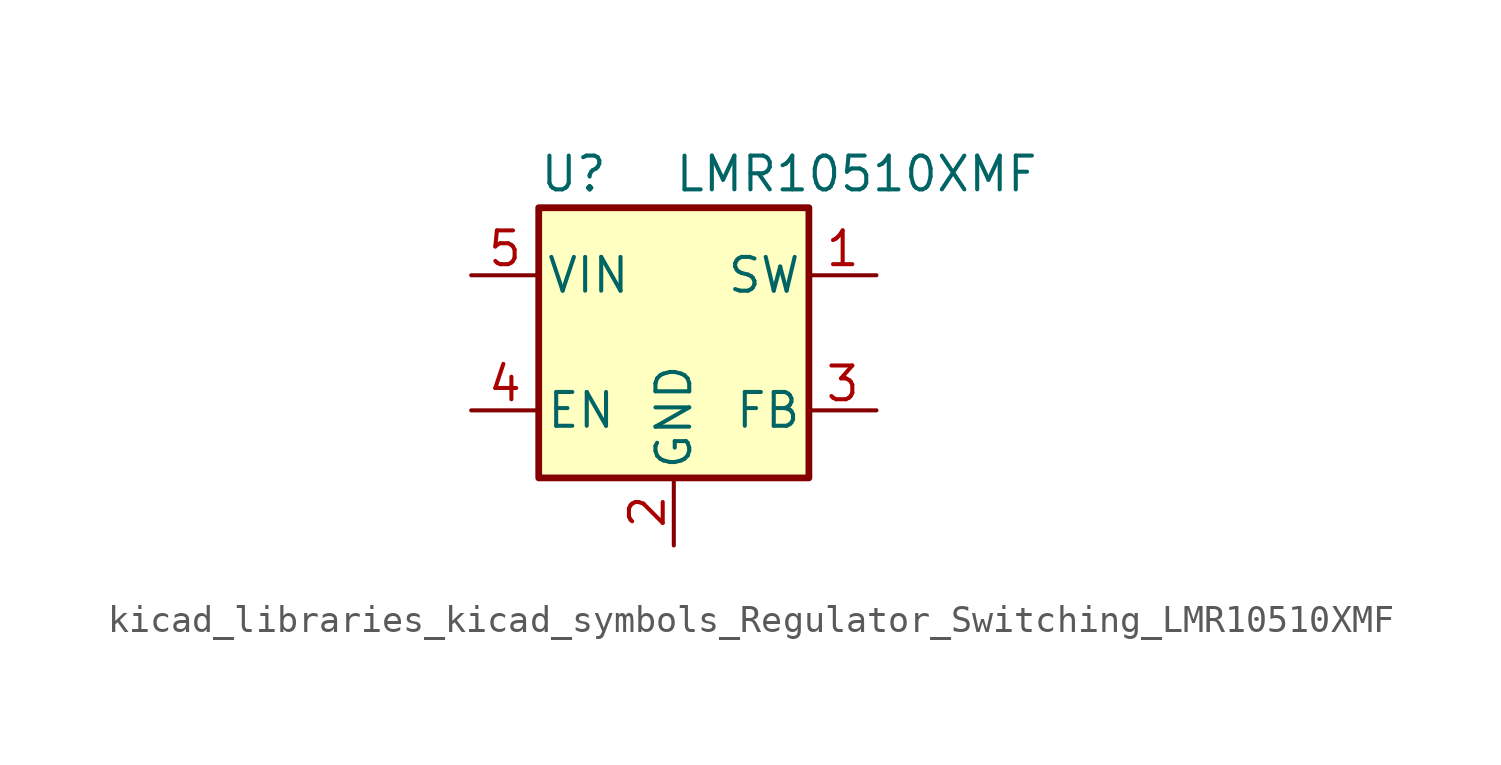
<source format=kicad_sym>
(kicad_symbol_lib
  (version 20220914)
  (generator kicad_symbol_editor)
  (symbol "kicad_libraries_kicad_symbols_Regulator_Switching_LMR10510XMF"
    (pin_names
      (offset 0.254))
    (property "Reference" "U"
      (at -5.08 6.35 0)
      (effects (font (size 1.27 1.27)) (justify left)))
    (property "Value" "LMR10510XMF"
      (at 0 6.35 0)
      (effects (font (size 1.27 1.27)) (justify left)))
    (symbol "kicad_libraries_kicad_symbols_Regulator_Switching_LMR10510XMF_0_1"
      (rectangle (start -5.08 5.08) (end 5.08 -5.08) (stroke (width 0.254) (type default)) (fill (type background))))
    (symbol "kicad_libraries_kicad_symbols_Regulator_Switching_LMR10510XMF_1_1"
      (pin output line (at 7.62 2.54 180) (length 2.54) (name "SW" (effects (font (size 1.27 1.27)))) (number "1" (effects (font (size 1.27 1.27)))))
      (pin power_in line (at 0 -7.62 90) (length 2.54) (name "GND" (effects (font (size 1.27 1.27)))) (number "2" (effects (font (size 1.27 1.27)))))
      (pin input line (at 7.62 -2.54 180) (length 2.54) (name "FB" (effects (font (size 1.27 1.27)))) (number "3" (effects (font (size 1.27 1.27)))))
      (pin input line (at -7.62 -2.54 0) (length 2.54) (name "EN" (effects (font (size 1.27 1.27)))) (number "4" (effects (font (size 1.27 1.27)))))
      (pin input line (at -7.62 2.54 0) (length 2.54) (name "VIN" (effects (font (size 1.27 1.27)))) (number "5" (effects (font (size 1.27 1.27))))))))
</source>
